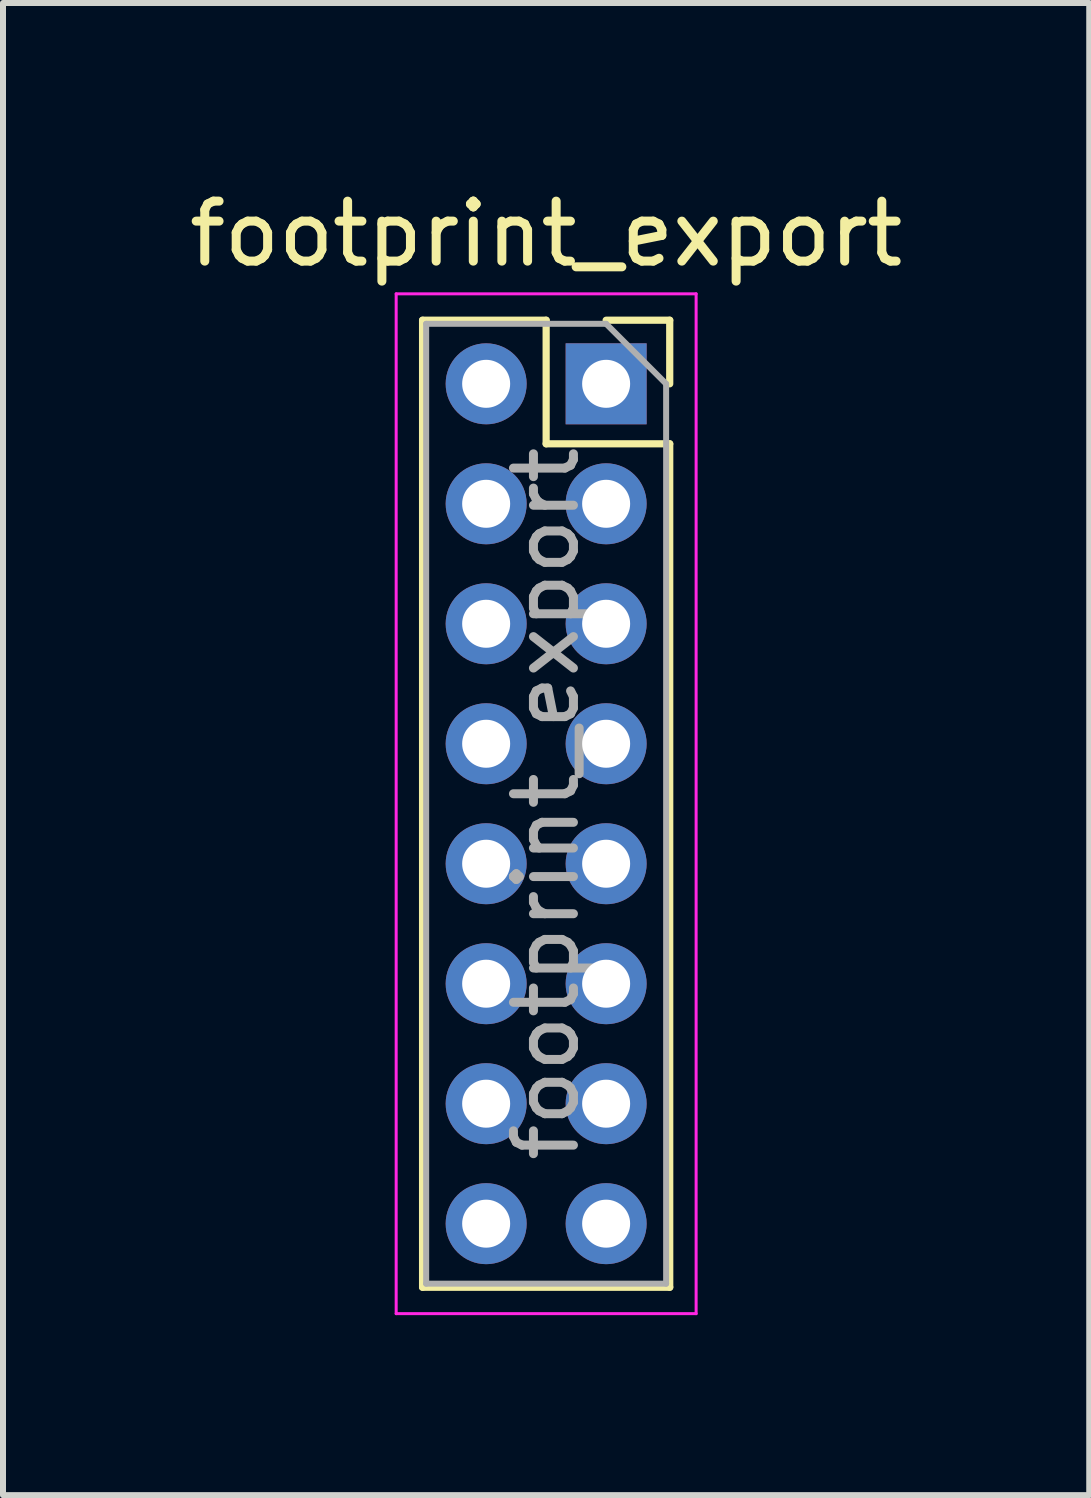
<source format=kicad_pcb>
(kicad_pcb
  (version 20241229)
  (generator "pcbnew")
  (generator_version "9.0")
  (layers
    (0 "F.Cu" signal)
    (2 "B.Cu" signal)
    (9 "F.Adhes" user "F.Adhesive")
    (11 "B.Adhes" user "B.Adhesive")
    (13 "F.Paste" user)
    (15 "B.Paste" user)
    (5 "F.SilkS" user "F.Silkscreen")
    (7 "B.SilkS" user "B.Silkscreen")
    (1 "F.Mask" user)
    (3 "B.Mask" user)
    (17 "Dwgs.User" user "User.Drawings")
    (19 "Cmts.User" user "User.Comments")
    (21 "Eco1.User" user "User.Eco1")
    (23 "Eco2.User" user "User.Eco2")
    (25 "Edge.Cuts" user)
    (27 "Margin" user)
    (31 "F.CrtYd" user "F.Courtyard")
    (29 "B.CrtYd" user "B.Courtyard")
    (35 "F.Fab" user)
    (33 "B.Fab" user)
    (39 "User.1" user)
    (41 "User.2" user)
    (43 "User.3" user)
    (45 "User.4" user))
  (footprint "footprint_export"
    (layer "F.Cu")
    (at 7.054 3.348)
    (property "Reference" "footprint_export" (at -1 -2.5 0) (layer "F.SilkS") (effects (font (size 1 1) (thickness 0.15))))
    (attr through_hole)
    (fp_line (start -3.06 -1.06) (end -3.06 15.06) (stroke (width 0.12) (type solid)) (layer "F.SilkS"))
    (fp_line (start -3.06 -1.06) (end -1 -1.06) (stroke (width 0.12) (type solid)) (layer "F.SilkS"))
    (fp_line (start -3.06 15.06) (end 1.06 15.06) (stroke (width 0.12) (type solid)) (layer "F.SilkS"))
    (fp_line (start -1 -1.06) (end -1 1) (stroke (width 0.12) (type solid)) (layer "F.SilkS"))
    (fp_line (start -1 1) (end 1.06 1) (stroke (width 0.12) (type solid)) (layer "F.SilkS"))
    (fp_line (start 0 -1.06) (end 1.06 -1.06) (stroke (width 0.12) (type solid)) (layer "F.SilkS"))
    (fp_line (start 1.06 -1.06) (end 1.06 0) (stroke (width 0.12) (type solid)) (layer "F.SilkS"))
    (fp_line (start 1.06 1) (end 1.06 15.06) (stroke (width 0.12) (type solid)) (layer "F.SilkS"))
    (fp_line (start -3.5 -1.5) (end 1.5 -1.5) (stroke (width 0.05) (type solid)) (layer "F.CrtYd"))
    (fp_line (start -3.5 15.5) (end -3.5 -1.5) (stroke (width 0.05) (type solid)) (layer "F.CrtYd"))
    (fp_line (start 1.5 -1.5) (end 1.5 15.5) (stroke (width 0.05) (type solid)) (layer "F.CrtYd"))
    (fp_line (start 1.5 15.5) (end -3.5 15.5) (stroke (width 0.05) (type solid)) (layer "F.CrtYd"))
    (fp_line (start -3 -1) (end 0 -1) (stroke (width 0.1) (type solid)) (layer "F.Fab"))
    (fp_line (start -3 15) (end -3 -1) (stroke (width 0.1) (type solid)) (layer "F.Fab"))
    (fp_line (start 0 -1) (end 1 0) (stroke (width 0.1) (type solid)) (layer "F.Fab"))
    (fp_line (start 1 0) (end 1 15) (stroke (width 0.1) (type solid)) (layer "F.Fab"))
    (fp_line (start 1 15) (end -3 15) (stroke (width 0.1) (type solid)) (layer "F.Fab"))
    (fp_text user "${REFERENCE}" (at -1 7 90) (layer "F.Fab") (effects (font (size 1 1) (thickness 0.15))))
    (pad "1" thru_hole rect (at 0 0) (size 1.35 1.35) (drill 0.8) (layers "*.Cu" "*.Mask"))
    (pad "2" thru_hole oval (at -2 0) (size 1.35 1.35) (drill 0.8) (layers "*.Cu" "*.Mask"))
    (pad "3" thru_hole oval (at 0 2) (size 1.35 1.35) (drill 0.8) (layers "*.Cu" "*.Mask"))
    (pad "4" thru_hole oval (at -2 2) (size 1.35 1.35) (drill 0.8) (layers "*.Cu" "*.Mask"))
    (pad "5" thru_hole oval (at 0 4) (size 1.35 1.35) (drill 0.8) (layers "*.Cu" "*.Mask"))
    (pad "6" thru_hole oval (at -2 4) (size 1.35 1.35) (drill 0.8) (layers "*.Cu" "*.Mask"))
    (pad "7" thru_hole oval (at 0 6) (size 1.35 1.35) (drill 0.8) (layers "*.Cu" "*.Mask"))
    (pad "8" thru_hole oval (at -2 6) (size 1.35 1.35) (drill 0.8) (layers "*.Cu" "*.Mask"))
    (pad "9" thru_hole oval (at 0 8) (size 1.35 1.35) (drill 0.8) (layers "*.Cu" "*.Mask"))
    (pad "10" thru_hole oval (at -2 8) (size 1.35 1.35) (drill 0.8) (layers "*.Cu" "*.Mask"))
    (pad "11" thru_hole oval (at 0 10) (size 1.35 1.35) (drill 0.8) (layers "*.Cu" "*.Mask"))
    (pad "12" thru_hole oval (at -2 10) (size 1.35 1.35) (drill 0.8) (layers "*.Cu" "*.Mask"))
    (pad "13" thru_hole oval (at 0 12) (size 1.35 1.35) (drill 0.8) (layers "*.Cu" "*.Mask"))
    (pad "14" thru_hole oval (at -2 12) (size 1.35 1.35) (drill 0.8) (layers "*.Cu" "*.Mask"))
    (pad "15" thru_hole oval (at 0 14) (size 1.35 1.35) (drill 0.8) (layers "*.Cu" "*.Mask"))
    (pad "16" thru_hole oval (at -2 14) (size 1.35 1.35) (drill 0.8) (layers "*.Cu" "*.Mask")))
  (gr_rect
    (start -3 -3)
    (end 15.107 21.873)
    (stroke (width 0.1) (type default))
    (fill no)
    (layer "Edge.Cuts")))
</source>
